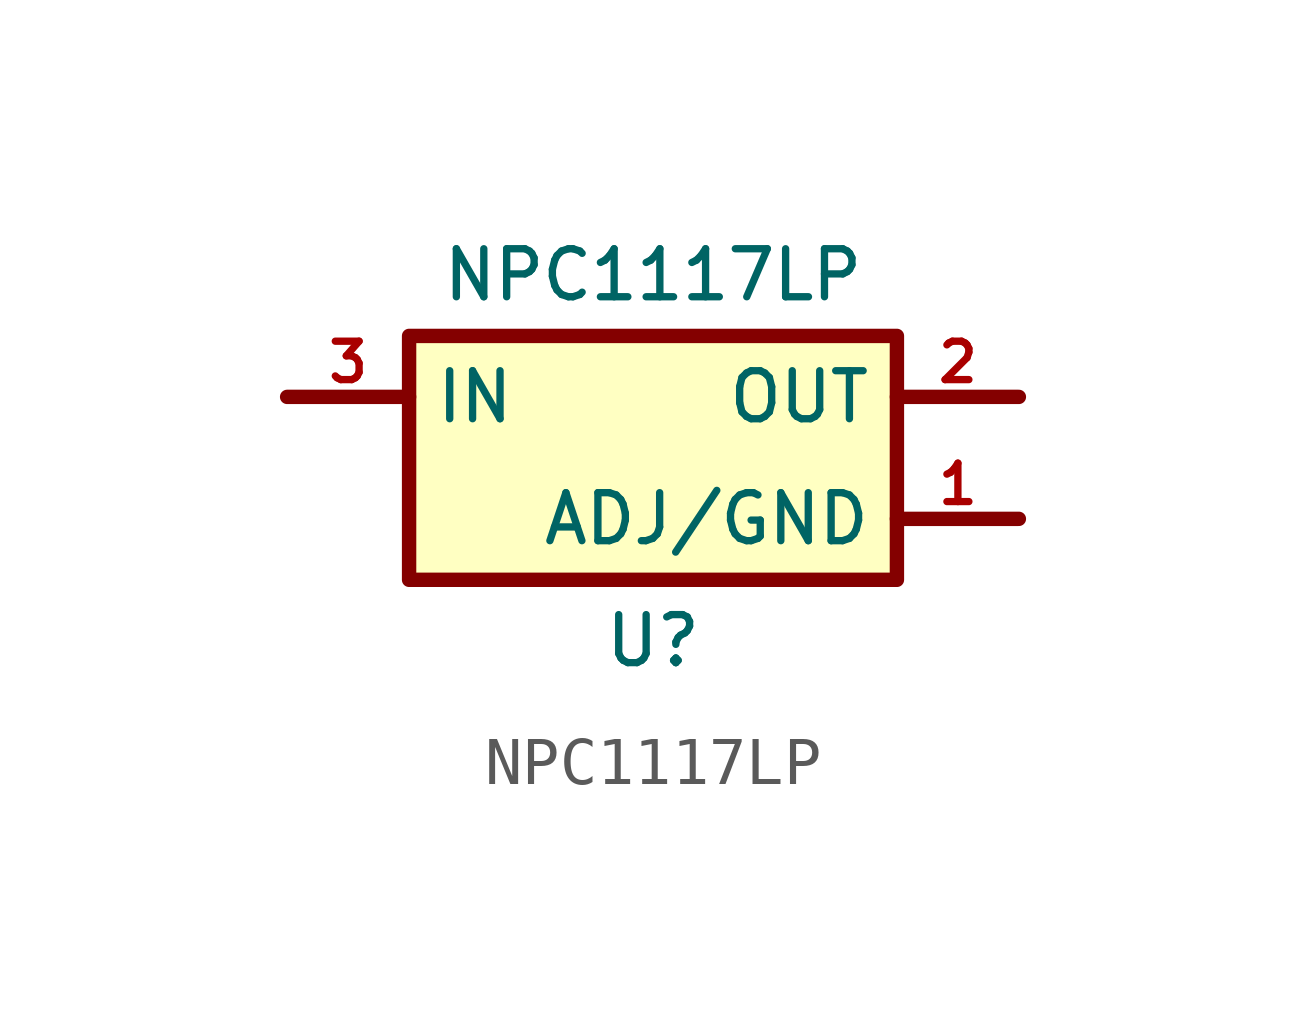
<source format=kicad_sym>
(kicad_symbol_lib
  (version 20211014)
  (generator kicad_symbol_editor)
  (symbol "NPC1117LP"
    (property "Reference" "U"
      (at 0 -3.81 0)
      (effects (font (size 1 1))))
    (property "Value" "NPC1117LP"
      (at 0 3.81 0)
      (effects (font (size 1 1))))
    (symbol "NPC1117LP_0_1"
      (rectangle (start -5.08 2.54) (end 5.08 -2.54) (stroke (width 0.3) (type default) (color 0 0 0 0)) (fill (type background)))
      (polyline (pts (xy -7.62 1.27) (xy -5.08 1.27)) (stroke (width 0.3) (type default) (color 0 0 0 0)) (fill (type none)))
      (polyline (pts (xy 7.62 -1.27) (xy 5.08 -1.27)) (stroke (width 0.3) (type default) (color 0 0 0 0)) (fill (type none)))
      (polyline (pts (xy 7.62 1.27) (xy 5.08 1.27)) (stroke (width 0.3) (type default) (color 0 0 0 0)) (fill (type none))))
    (symbol "NPC1117LP_1_1"
      (pin input line (at 7.62 -1.27 180) (length 2.54) (name "ADJ/GND" (effects (font (size 1 1)))) (number "1" (effects (font (size 0.8 0.8)))))
      (pin input line (at 7.62 1.27 180) (length 2.54) (name "OUT" (effects (font (size 1 1)))) (number "2" (effects (font (size 0.8 0.8)))))
      (pin input line (at -7.62 1.27 0) (length 2.54) (name "IN" (effects (font (size 1 1)))) (number "3" (effects (font (size 0.8 0.8))))))))
</source>
